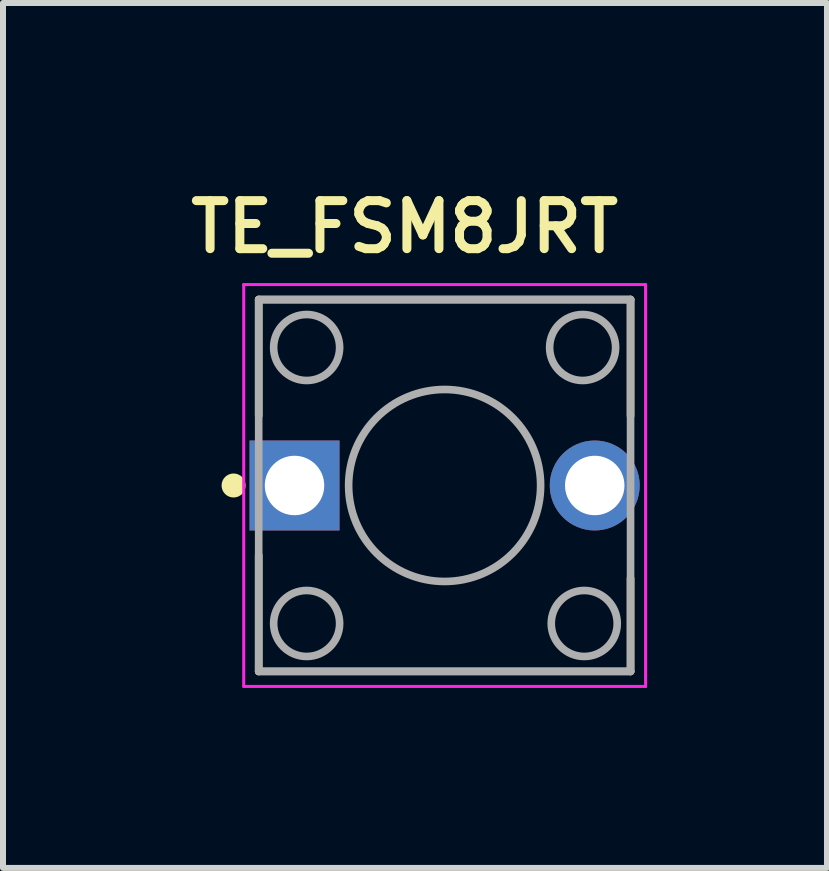
<source format=kicad_pcb>
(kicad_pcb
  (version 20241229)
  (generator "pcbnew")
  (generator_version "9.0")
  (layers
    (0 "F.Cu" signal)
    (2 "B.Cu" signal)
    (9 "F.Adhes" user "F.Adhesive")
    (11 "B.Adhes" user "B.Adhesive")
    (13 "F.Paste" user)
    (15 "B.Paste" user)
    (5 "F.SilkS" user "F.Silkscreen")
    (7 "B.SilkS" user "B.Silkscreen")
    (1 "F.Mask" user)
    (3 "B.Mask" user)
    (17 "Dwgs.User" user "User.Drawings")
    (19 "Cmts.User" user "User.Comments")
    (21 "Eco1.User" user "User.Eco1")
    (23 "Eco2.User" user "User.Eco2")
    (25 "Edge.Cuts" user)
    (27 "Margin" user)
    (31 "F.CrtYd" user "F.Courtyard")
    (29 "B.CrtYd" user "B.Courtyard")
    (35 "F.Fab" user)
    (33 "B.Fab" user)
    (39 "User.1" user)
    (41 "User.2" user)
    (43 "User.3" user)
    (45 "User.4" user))
  (footprint "TE_FSM8JRT"
    (layer "F.Cu")
    (at 1.859 5.042)
    (property "Reference" "TE_FSM8JRT" (at 1.835 -4.31 0) (layer "F.SilkS") (effects (font (size 0.801 0.801) (thickness 0.15))))
    (attr through_hole)
    (fp_line (start -0.597 -1.162) (end -0.597 -3.099) (stroke (width 0.127) (type solid)) (layer "F.SilkS"))
    (fp_line (start -0.597 3.099) (end -0.597 1.162) (stroke (width 0.127) (type solid)) (layer "F.SilkS"))
    (fp_line (start -0.597 3.099) (end 5.601 3.099) (stroke (width 0.127) (type solid)) (layer "F.SilkS"))
    (fp_line (start 5.601 -3.099) (end -0.597 -3.099) (stroke (width 0.127) (type solid)) (layer "F.SilkS"))
    (fp_line (start 5.601 -1.162) (end 5.601 -3.099) (stroke (width 0.127) (type solid)) (layer "F.SilkS"))
    (fp_line (start 5.601 3.099) (end 5.601 1.549) (stroke (width 0.127) (type solid)) (layer "F.SilkS"))
    (fp_circle (center -1.016 0) (end -0.916 0) (stroke (width 0.2) (type solid)) (fill no) (layer "F.SilkS"))
    (fp_line (start -0.847 -3.349) (end 5.851 -3.349) (stroke (width 0.05) (type solid)) (layer "F.CrtYd"))
    (fp_line (start -0.847 3.349) (end -0.847 -3.349) (stroke (width 0.05) (type solid)) (layer "F.CrtYd"))
    (fp_line (start 5.851 -3.349) (end 5.851 3.349) (stroke (width 0.05) (type solid)) (layer "F.CrtYd"))
    (fp_line (start 5.851 3.349) (end -0.847 3.349) (stroke (width 0.05) (type solid)) (layer "F.CrtYd"))
    (fp_line (start -0.597 -3.099) (end -0.597 3.099) (stroke (width 0.127) (type solid)) (layer "F.Fab"))
    (fp_line (start -0.597 3.099) (end 5.601 3.099) (stroke (width 0.127) (type solid)) (layer "F.Fab"))
    (fp_line (start 5.601 -3.099) (end -0.597 -3.099) (stroke (width 0.127) (type solid)) (layer "F.Fab"))
    (fp_line (start 5.601 3.099) (end 5.601 -3.099) (stroke (width 0.127) (type solid)) (layer "F.Fab"))
    (fp_circle (center 0.202 -2.3) (end 0.752 -2.3) (stroke (width 0.127) (type solid)) (fill no) (layer "F.Fab"))
    (fp_circle (center 0.202 2.3) (end 0.752 2.3) (stroke (width 0.127) (type solid)) (fill no) (layer "F.Fab"))
    (fp_circle (center 2.502 -0.000181) (end 4.102 -0.000181) (stroke (width 0.127) (type solid)) (fill no) (layer "F.Fab"))
    (fp_circle (center 4.802 -2.3) (end 5.352 -2.3) (stroke (width 0.127) (type solid)) (fill no) (layer "F.Fab"))
    (fp_circle (center 4.829 2.3) (end 5.379 2.3) (stroke (width 0.127) (type solid)) (fill no) (layer "F.Fab"))
    (pad "1" thru_hole rect (at 0 0) (size 1.499 1.499) (drill 0.991) (layers "*.Cu" "*.Mask"))
    (pad "2" thru_hole circle (at 5.004 0) (size 1.499 1.499) (drill 0.991) (layers "*.Cu" "*.Mask")))
  (gr_rect
    (start -3 -3)
    (end 10.734 11.416)
    (stroke (width 0.1) (type default))
    (fill no)
    (layer "Edge.Cuts")))
</source>
